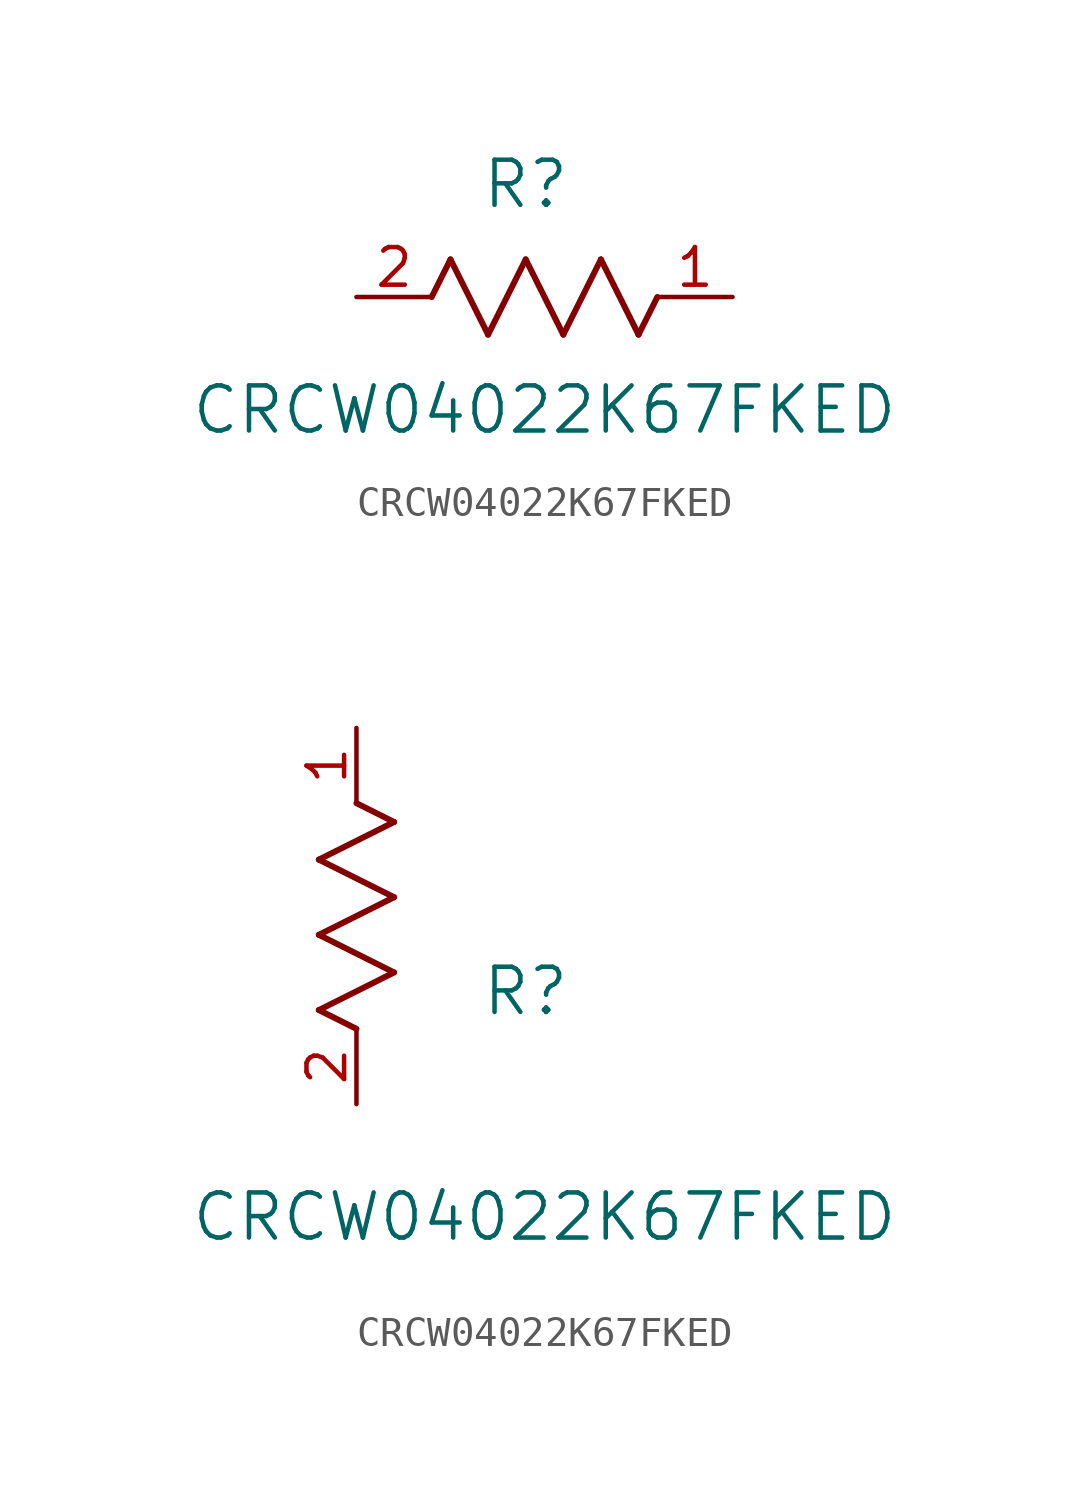
<source format=kicad_sym>
(kicad_symbol_lib
  (version 20211014)
  (generator kicad_symbol_editor)
  (symbol "CRCW04022K67FKED"
    (pin_names
      (offset 0.254))
    (property "Reference" "R"
      (at 5.715 3.81 0)
      (effects (font (size 1.524 1.524))))
    (property "Value" "CRCW04022K67FKED"
      (at 6.35 -3.81 0)
      (effects (font (size 1.524 1.524))))
    (symbol "CRCW04022K67FKED_1_1"
      (polyline (pts (xy 3.175 1.27) (xy 4.445 -1.27)) (stroke (width 0.203) (type default) (color 0 0 0 0)) (fill (type none)))
      (polyline (pts (xy 4.445 -1.27) (xy 5.715 1.27)) (stroke (width 0.203) (type default) (color 0 0 0 0)) (fill (type none)))
      (polyline (pts (xy 5.715 1.27) (xy 6.985 -1.27)) (stroke (width 0.203) (type default) (color 0 0 0 0)) (fill (type none)))
      (polyline (pts (xy 6.985 -1.27) (xy 8.255 1.27)) (stroke (width 0.203) (type default) (color 0 0 0 0)) (fill (type none)))
      (polyline (pts (xy 8.255 1.27) (xy 9.525 -1.27)) (stroke (width 0.203) (type default) (color 0 0 0 0)) (fill (type none)))
      (polyline (pts (xy 2.54 0) (xy 3.175 1.27)) (stroke (width 0.203) (type default) (color 0 0 0 0)) (fill (type none)))
      (polyline (pts (xy 9.525 -1.27) (xy 10.16 0)) (stroke (width 0.203) (type default) (color 0 0 0 0)) (fill (type none)))
      (pin unspecified line (at 12.7 0 180) (length 2.54) (name "" (effects (font (size 1.27 1.27)))) (number "1" (effects (font (size 1.27 1.27)))))
      (pin unspecified line (at 0 0 0) (length 2.54) (name "" (effects (font (size 1.27 1.27)))) (number "2" (effects (font (size 1.27 1.27))))))
    (symbol "CRCW04022K67FKED_1_2"
      (polyline (pts (xy 0 2.54) (xy -1.27 3.175)) (stroke (width 0.203) (type default) (color 0 0 0 0)) (fill (type none)))
      (polyline (pts (xy -1.27 3.175) (xy 1.27 4.445)) (stroke (width 0.203) (type default) (color 0 0 0 0)) (fill (type none)))
      (polyline (pts (xy 1.27 4.445) (xy -1.27 5.715)) (stroke (width 0.203) (type default) (color 0 0 0 0)) (fill (type none)))
      (polyline (pts (xy -1.27 5.715) (xy 1.27 6.985)) (stroke (width 0.203) (type default) (color 0 0 0 0)) (fill (type none)))
      (polyline (pts (xy -1.27 8.255) (xy 1.27 9.525)) (stroke (width 0.203) (type default) (color 0 0 0 0)) (fill (type none)))
      (polyline (pts (xy 1.27 9.525) (xy 0 10.16)) (stroke (width 0.203) (type default) (color 0 0 0 0)) (fill (type none)))
      (polyline (pts (xy 1.27 6.985) (xy -1.27 8.255)) (stroke (width 0.203) (type default) (color 0 0 0 0)) (fill (type none)))
      (pin unspecified line (at 0 12.7 270) (length 2.54) (name "" (effects (font (size 1.27 1.27)))) (number "1" (effects (font (size 1.27 1.27)))))
      (pin unspecified line (at 0 0 90) (length 2.54) (name "" (effects (font (size 1.27 1.27)))) (number "2" (effects (font (size 1.27 1.27))))))))
</source>
